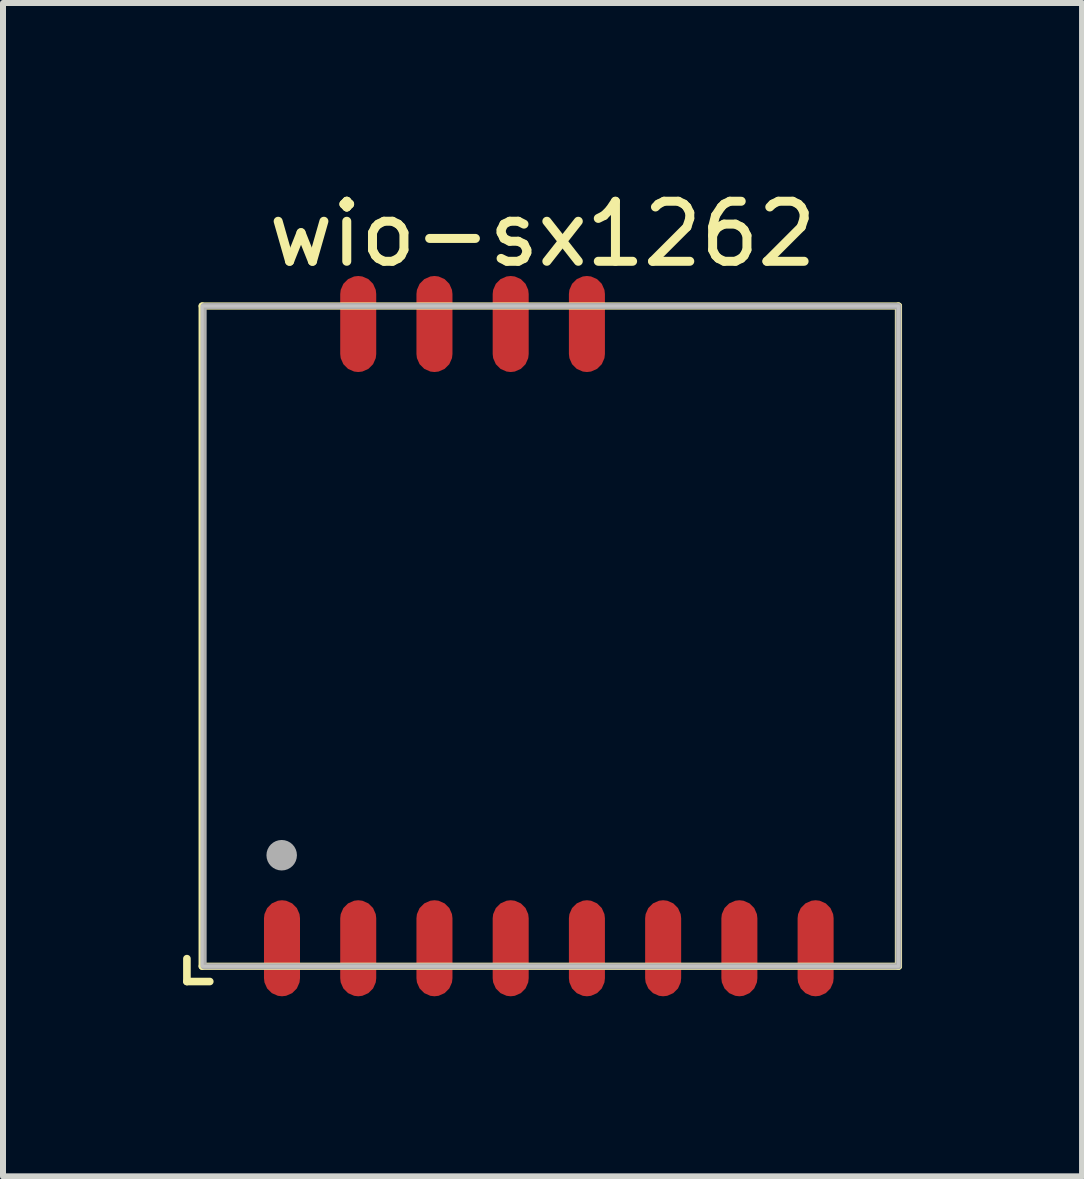
<source format=kicad_pcb>
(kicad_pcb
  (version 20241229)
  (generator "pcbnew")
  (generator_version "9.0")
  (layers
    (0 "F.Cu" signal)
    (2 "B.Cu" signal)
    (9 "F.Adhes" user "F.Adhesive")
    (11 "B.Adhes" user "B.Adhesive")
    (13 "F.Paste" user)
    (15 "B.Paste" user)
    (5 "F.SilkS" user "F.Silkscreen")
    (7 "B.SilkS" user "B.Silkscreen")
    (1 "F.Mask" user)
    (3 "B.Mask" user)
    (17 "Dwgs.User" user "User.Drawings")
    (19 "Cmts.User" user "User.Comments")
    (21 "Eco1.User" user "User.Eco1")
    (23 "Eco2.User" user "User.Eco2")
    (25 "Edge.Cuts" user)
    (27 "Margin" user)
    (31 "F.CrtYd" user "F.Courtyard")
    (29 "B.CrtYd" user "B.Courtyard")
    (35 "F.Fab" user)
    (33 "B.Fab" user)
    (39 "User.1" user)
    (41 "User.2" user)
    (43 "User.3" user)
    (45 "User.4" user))
  (footprint "wio-sx1262"
    (layer "F.Cu")
    (at 0.318 13.048)
    (property "Reference" "wio-sx1262" (at 5.671 -12.2 0) (layer "F.SilkS") (effects (font (size 1 1) (thickness 0.15))))
    (fp_line (start -0.254 0.254) (end -0.254 -0.127) (stroke (width 0.127) (type default)) (layer "F.SilkS"))
    (fp_line (start 0 -11) (end 11.6 -11) (stroke (width 0.12) (type default)) (layer "F.SilkS"))
    (fp_line (start 0 0) (end 0 -11) (stroke (width 0.12) (type default)) (layer "F.SilkS"))
    (fp_line (start 0.127 0.254) (end -0.254 0.254) (stroke (width 0.127) (type default)) (layer "F.SilkS"))
    (fp_line (start 11.6 -11) (end 11.6 0) (stroke (width 0.12) (type default)) (layer "F.SilkS"))
    (fp_line (start 11.6 0) (end 0 0) (stroke (width 0.12) (type default)) (layer "F.SilkS"))
    (fp_rect (start 0 -11) (end 11.6 0) (stroke (width 0.05) (type default)) (fill no) (layer "Dwgs.User"))
    (fp_rect (start 0.025 -11) (end 11.6 0) (stroke (width 0.1) (type default)) (fill no) (layer "F.Fab"))
    (fp_circle (center 1.325 -1.85) (end 1.452 -1.85) (stroke (width 0.254) (type default)) (fill no) (layer "F.Fab"))
    (pad "1" smd roundrect (at 1.33 -0.3 90) (size 1.6 0.6) (layers "F.Cu" "F.Mask" "F.Paste") (roundrect_rratio 0.5))
    (pad "2" smd roundrect (at 2.6 -0.3 90) (size 1.6 0.6) (layers "F.Cu" "F.Mask" "F.Paste") (roundrect_rratio 0.5))
    (pad "3" smd roundrect (at 3.87 -0.3 90) (size 1.6 0.6) (layers "F.Cu" "F.Mask" "F.Paste") (roundrect_rratio 0.5))
    (pad "4" smd roundrect (at 5.14 -0.3 90) (size 1.6 0.6) (layers "F.Cu" "F.Mask" "F.Paste") (roundrect_rratio 0.5))
    (pad "5" smd roundrect (at 6.41 -0.3 90) (size 1.6 0.6) (layers "F.Cu" "F.Mask" "F.Paste") (roundrect_rratio 0.5))
    (pad "6" smd roundrect (at 7.68 -0.3 90) (size 1.6 0.6) (layers "F.Cu" "F.Mask" "F.Paste") (roundrect_rratio 0.5))
    (pad "7" smd roundrect (at 8.95 -0.3 90) (size 1.6 0.6) (layers "F.Cu" "F.Mask" "F.Paste") (roundrect_rratio 0.5))
    (pad "8" smd roundrect (at 10.22 -0.3 90) (size 1.6 0.6) (layers "F.Cu" "F.Mask" "F.Paste") (roundrect_rratio 0.5))
    (pad "9" smd roundrect (at 6.41 -10.7 90) (size 1.6 0.6) (layers "F.Cu" "F.Mask" "F.Paste") (roundrect_rratio 0.5))
    (pad "10" smd roundrect (at 5.14 -10.7 90) (size 1.6 0.6) (layers "F.Cu" "F.Mask" "F.Paste") (roundrect_rratio 0.5))
    (pad "11" smd roundrect (at 3.87 -10.7 90) (size 1.6 0.6) (layers "F.Cu" "F.Mask" "F.Paste") (roundrect_rratio 0.5))
    (pad "12" smd roundrect (at 2.6 -10.7 90) (size 1.6 0.6) (layers "F.Cu" "F.Mask" "F.Paste") (roundrect_rratio 0.5)))
  (gr_rect
    (start -3 -3)
    (end 14.977 16.548)
    (stroke (width 0.1) (type default))
    (fill no)
    (layer "Edge.Cuts")))
</source>
